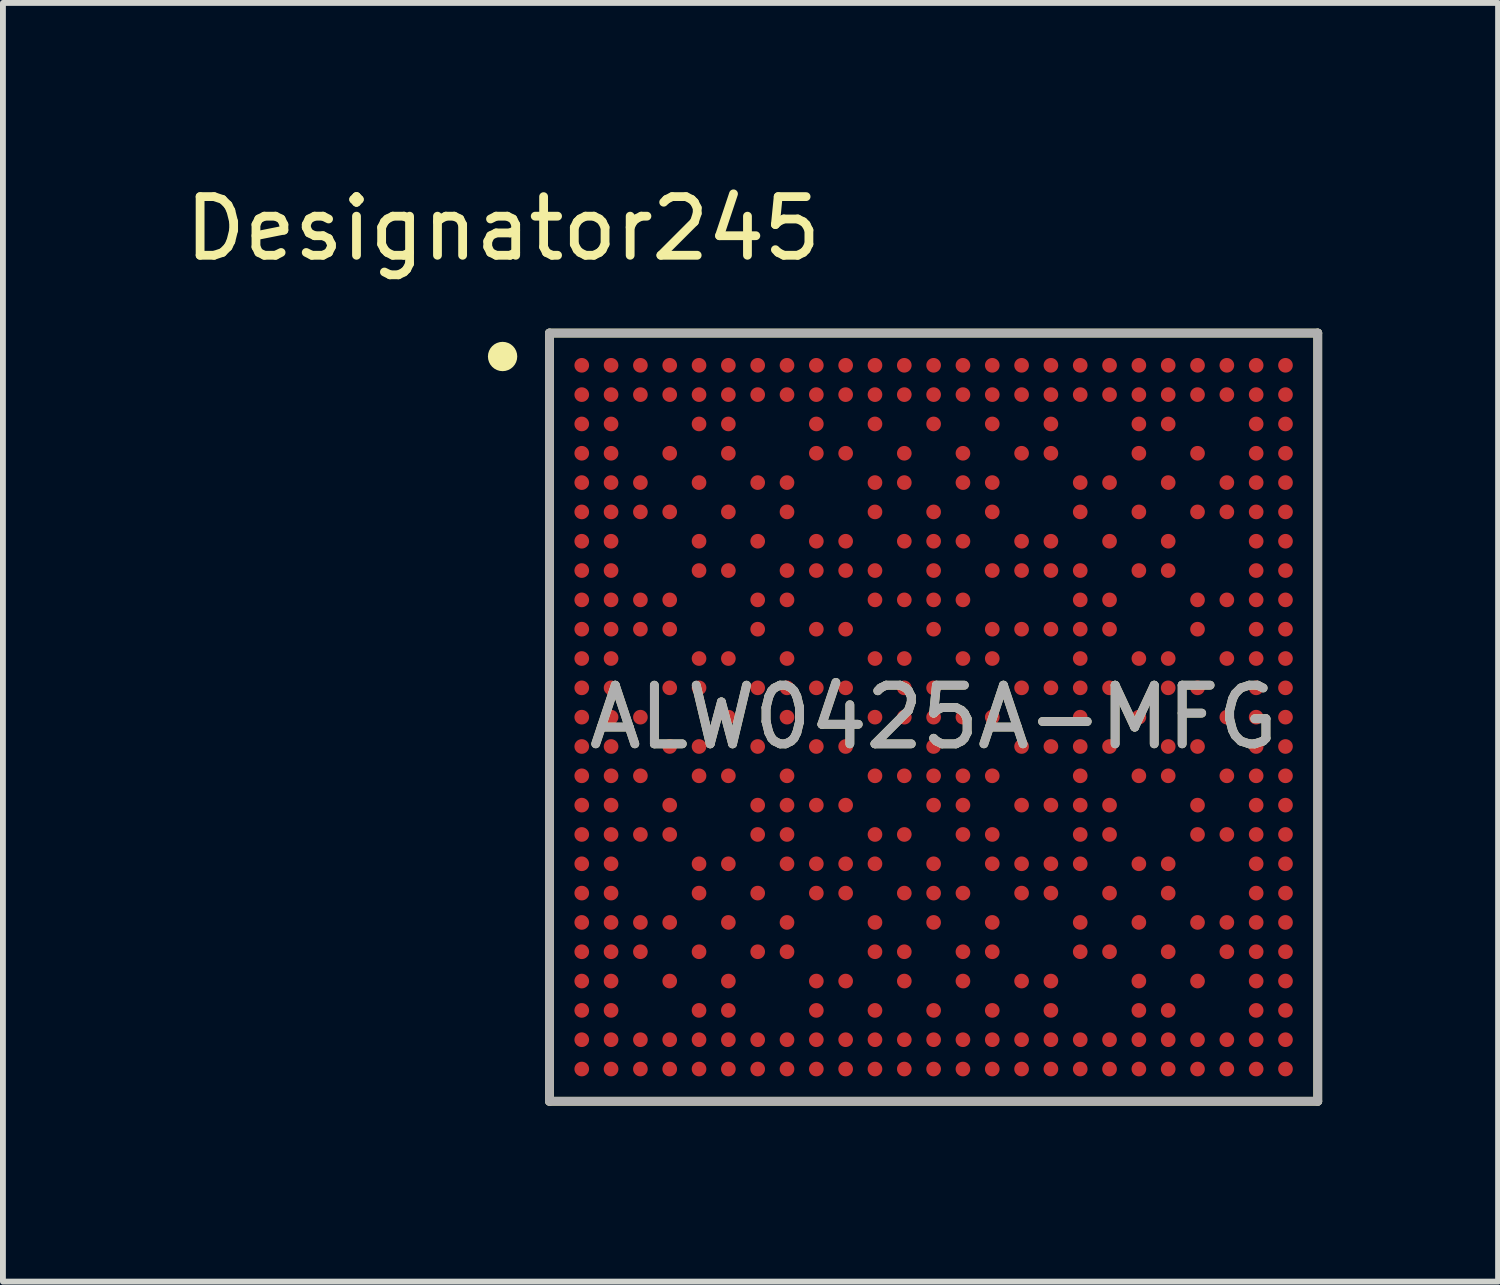
<source format=kicad_pcb>
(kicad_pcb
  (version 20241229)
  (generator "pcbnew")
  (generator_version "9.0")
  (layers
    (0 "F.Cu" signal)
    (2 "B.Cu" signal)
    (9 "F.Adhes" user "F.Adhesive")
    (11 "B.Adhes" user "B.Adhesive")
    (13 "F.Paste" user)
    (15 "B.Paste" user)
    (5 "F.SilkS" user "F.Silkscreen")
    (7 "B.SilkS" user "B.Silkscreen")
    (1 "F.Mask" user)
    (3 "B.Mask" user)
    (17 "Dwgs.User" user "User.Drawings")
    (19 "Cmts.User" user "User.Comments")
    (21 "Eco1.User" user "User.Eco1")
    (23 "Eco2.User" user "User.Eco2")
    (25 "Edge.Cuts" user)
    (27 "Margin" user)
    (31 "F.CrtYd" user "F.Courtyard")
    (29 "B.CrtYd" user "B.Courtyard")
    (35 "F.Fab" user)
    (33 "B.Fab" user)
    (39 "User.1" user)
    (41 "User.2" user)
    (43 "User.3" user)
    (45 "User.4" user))
  (footprint "ALW0425A-MFG"
    (layer "F.Cu")
    (at 12.87 9.179)
    (property "Reference" "ALW0425A-MFG" (at 0 0 0) (unlocked yes) (layer "F.SilkS") (effects (font (size 1 1) (thickness 0.15))))
    (attr smd)
    (fp_line (start -6.55 -6.55) (end 6.55 -6.55) (stroke (width 0.15) (type solid)) (layer "F.SilkS"))
    (fp_line (start -6.55 6.55) (end -6.55 -6.55) (stroke (width 0.15) (type solid)) (layer "F.SilkS"))
    (fp_line (start -6.55 6.55) (end 6.55 6.55) (stroke (width 0.15) (type solid)) (layer "F.SilkS"))
    (fp_line (start 6.55 6.55) (end 6.55 -6.55) (stroke (width 0.15) (type solid)) (layer "F.SilkS"))
    (fp_circle (center -7.35 -6.15) (end -7.225 -6.15) (stroke (width 0.25) (type solid)) (fill no) (layer "F.SilkS"))
    (fp_line (start -6.55 -6.55) (end 6.55 -6.55) (stroke (width 0.15) (type solid)) (layer "F.Fab"))
    (fp_line (start -6.55 6.55) (end -6.55 -6.55) (stroke (width 0.15) (type solid)) (layer "F.Fab"))
    (fp_line (start -6.55 6.55) (end 6.55 6.55) (stroke (width 0.15) (type solid)) (layer "F.Fab"))
    (fp_line (start 6.55 6.55) (end 6.55 -6.55) (stroke (width 0.15) (type solid)) (layer "F.Fab"))
    (fp_text user "Designator245" (at -7.341 -8.331 0) (unlocked yes) (layer "F.SilkS") (effects (font (size 1 1) (thickness 0.15))))
    (fp_text user "${REFERENCE}" (at 0 0 0) (unlocked yes) (layer "F.Fab") (effects (font (size 1 1) (thickness 0.15))))
    (pad "A1" smd circle (at -6 -6) (size 0.25 0.25) (layers "F.Cu" "F.Mask" "F.Paste"))
    (pad "A2" smd circle (at -5.5 -6) (size 0.25 0.25) (layers "F.Cu" "F.Mask" "F.Paste"))
    (pad "A3" smd circle (at -5 -6) (size 0.25 0.25) (layers "F.Cu" "F.Mask" "F.Paste"))
    (pad "A4" smd circle (at -4.5 -6) (size 0.25 0.25) (layers "F.Cu" "F.Mask" "F.Paste"))
    (pad "A5" smd circle (at -4 -6) (size 0.25 0.25) (layers "F.Cu" "F.Mask" "F.Paste"))
    (pad "A6" smd circle (at -3.5 -6) (size 0.25 0.25) (layers "F.Cu" "F.Mask" "F.Paste"))
    (pad "A7" smd circle (at -3 -6) (size 0.25 0.25) (layers "F.Cu" "F.Mask" "F.Paste"))
    (pad "A8" smd circle (at -2.5 -6) (size 0.25 0.25) (layers "F.Cu" "F.Mask" "F.Paste"))
    (pad "A9" smd circle (at -2 -6) (size 0.25 0.25) (layers "F.Cu" "F.Mask" "F.Paste"))
    (pad "A10" smd circle (at -1.5 -6) (size 0.25 0.25) (layers "F.Cu" "F.Mask" "F.Paste"))
    (pad "A11" smd circle (at -1 -6) (size 0.25 0.25) (layers "F.Cu" "F.Mask" "F.Paste"))
    (pad "A12" smd circle (at -0.5 -6) (size 0.25 0.25) (layers "F.Cu" "F.Mask" "F.Paste"))
    (pad "A13" smd circle (at 0 -6) (size 0.25 0.25) (layers "F.Cu" "F.Mask" "F.Paste"))
    (pad "A14" smd circle (at 0.5 -6) (size 0.25 0.25) (layers "F.Cu" "F.Mask" "F.Paste"))
    (pad "A15" smd circle (at 1 -6) (size 0.25 0.25) (layers "F.Cu" "F.Mask" "F.Paste"))
    (pad "A16" smd circle (at 1.5 -6) (size 0.25 0.25) (layers "F.Cu" "F.Mask" "F.Paste"))
    (pad "A17" smd circle (at 2 -6) (size 0.25 0.25) (layers "F.Cu" "F.Mask" "F.Paste"))
    (pad "A18" smd circle (at 2.5 -6) (size 0.25 0.25) (layers "F.Cu" "F.Mask" "F.Paste"))
    (pad "A19" smd circle (at 3 -6) (size 0.25 0.25) (layers "F.Cu" "F.Mask" "F.Paste"))
    (pad "A20" smd circle (at 3.5 -6) (size 0.25 0.25) (layers "F.Cu" "F.Mask" "F.Paste"))
    (pad "A21" smd circle (at 4 -6) (size 0.25 0.25) (layers "F.Cu" "F.Mask" "F.Paste"))
    (pad "A22" smd circle (at 4.5 -6) (size 0.25 0.25) (layers "F.Cu" "F.Mask" "F.Paste"))
    (pad "A23" smd circle (at 5 -6) (size 0.25 0.25) (layers "F.Cu" "F.Mask" "F.Paste"))
    (pad "A24" smd circle (at 5.5 -6) (size 0.25 0.25) (layers "F.Cu" "F.Mask" "F.Paste"))
    (pad "A25" smd circle (at 6 -6) (size 0.25 0.25) (layers "F.Cu" "F.Mask" "F.Paste"))
    (pad "AA1" smd circle (at -6 4) (size 0.25 0.25) (layers "F.Cu" "F.Mask" "F.Paste"))
    (pad "AA2" smd circle (at -5.5 4) (size 0.25 0.25) (layers "F.Cu" "F.Mask" "F.Paste"))
    (pad "AA3" smd circle (at -5 4) (size 0.25 0.25) (layers "F.Cu" "F.Mask" "F.Paste"))
    (pad "AA5" smd circle (at -4 4) (size 0.25 0.25) (layers "F.Cu" "F.Mask" "F.Paste"))
    (pad "AA7" smd circle (at -3 4) (size 0.25 0.25) (layers "F.Cu" "F.Mask" "F.Paste"))
    (pad "AA8" smd circle (at -2.5 4) (size 0.25 0.25) (layers "F.Cu" "F.Mask" "F.Paste"))
    (pad "AA11" smd circle (at -1 4) (size 0.25 0.25) (layers "F.Cu" "F.Mask" "F.Paste"))
    (pad "AA12" smd circle (at -0.5 4) (size 0.25 0.25) (layers "F.Cu" "F.Mask" "F.Paste"))
    (pad "AA14" smd circle (at 0.5 4) (size 0.25 0.25) (layers "F.Cu" "F.Mask" "F.Paste"))
    (pad "AA15" smd circle (at 1 4) (size 0.25 0.25) (layers "F.Cu" "F.Mask" "F.Paste"))
    (pad "AA18" smd circle (at 2.5 4) (size 0.25 0.25) (layers "F.Cu" "F.Mask" "F.Paste"))
    (pad "AA19" smd circle (at 3 4) (size 0.25 0.25) (layers "F.Cu" "F.Mask" "F.Paste"))
    (pad "AA21" smd circle (at 4 4) (size 0.25 0.25) (layers "F.Cu" "F.Mask" "F.Paste"))
    (pad "AA23" smd circle (at 5 4) (size 0.25 0.25) (layers "F.Cu" "F.Mask" "F.Paste"))
    (pad "AA24" smd circle (at 5.5 4) (size 0.25 0.25) (layers "F.Cu" "F.Mask" "F.Paste"))
    (pad "AA25" smd circle (at 6 4) (size 0.25 0.25) (layers "F.Cu" "F.Mask" "F.Paste"))
    (pad "AB1" smd circle (at -6 4.5) (size 0.25 0.25) (layers "F.Cu" "F.Mask" "F.Paste"))
    (pad "AB2" smd circle (at -5.5 4.5) (size 0.25 0.25) (layers "F.Cu" "F.Mask" "F.Paste"))
    (pad "AB4" smd circle (at -4.5 4.5) (size 0.25 0.25) (layers "F.Cu" "F.Mask" "F.Paste"))
    (pad "AB6" smd circle (at -3.5 4.5) (size 0.25 0.25) (layers "F.Cu" "F.Mask" "F.Paste"))
    (pad "AB9" smd circle (at -2 4.5) (size 0.25 0.25) (layers "F.Cu" "F.Mask" "F.Paste"))
    (pad "AB10" smd circle (at -1.5 4.5) (size 0.25 0.25) (layers "F.Cu" "F.Mask" "F.Paste"))
    (pad "AB12" smd circle (at -0.5 4.5) (size 0.25 0.25) (layers "F.Cu" "F.Mask" "F.Paste"))
    (pad "AB14" smd circle (at 0.5 4.5) (size 0.25 0.25) (layers "F.Cu" "F.Mask" "F.Paste"))
    (pad "AB16" smd circle (at 1.5 4.5) (size 0.25 0.25) (layers "F.Cu" "F.Mask" "F.Paste"))
    (pad "AB17" smd circle (at 2 4.5) (size 0.25 0.25) (layers "F.Cu" "F.Mask" "F.Paste"))
    (pad "AB20" smd circle (at 3.5 4.5) (size 0.25 0.25) (layers "F.Cu" "F.Mask" "F.Paste"))
    (pad "AB22" smd circle (at 4.5 4.5) (size 0.25 0.25) (layers "F.Cu" "F.Mask" "F.Paste"))
    (pad "AB24" smd circle (at 5.5 4.5) (size 0.25 0.25) (layers "F.Cu" "F.Mask" "F.Paste"))
    (pad "AB25" smd circle (at 6 4.5) (size 0.25 0.25) (layers "F.Cu" "F.Mask" "F.Paste"))
    (pad "AC1" smd circle (at -6 5) (size 0.25 0.25) (layers "F.Cu" "F.Mask" "F.Paste"))
    (pad "AC2" smd circle (at -5.5 5) (size 0.25 0.25) (layers "F.Cu" "F.Mask" "F.Paste"))
    (pad "AC5" smd circle (at -4 5) (size 0.25 0.25) (layers "F.Cu" "F.Mask" "F.Paste"))
    (pad "AC6" smd circle (at -3.5 5) (size 0.25 0.25) (layers "F.Cu" "F.Mask" "F.Paste"))
    (pad "AC9" smd circle (at -2 5) (size 0.25 0.25) (layers "F.Cu" "F.Mask" "F.Paste"))
    (pad "AC11" smd circle (at -1 5) (size 0.25 0.25) (layers "F.Cu" "F.Mask" "F.Paste"))
    (pad "AC13" smd circle (at 0 5) (size 0.25 0.25) (layers "F.Cu" "F.Mask" "F.Paste"))
    (pad "AC15" smd circle (at 1 5) (size 0.25 0.25) (layers "F.Cu" "F.Mask" "F.Paste"))
    (pad "AC17" smd circle (at 2 5) (size 0.25 0.25) (layers "F.Cu" "F.Mask" "F.Paste"))
    (pad "AC20" smd circle (at 3.5 5) (size 0.25 0.25) (layers "F.Cu" "F.Mask" "F.Paste"))
    (pad "AC21" smd circle (at 4 5) (size 0.25 0.25) (layers "F.Cu" "F.Mask" "F.Paste"))
    (pad "AC24" smd circle (at 5.5 5) (size 0.25 0.25) (layers "F.Cu" "F.Mask" "F.Paste"))
    (pad "AC25" smd circle (at 6 5) (size 0.25 0.25) (layers "F.Cu" "F.Mask" "F.Paste"))
    (pad "AD1" smd circle (at -6 5.5) (size 0.25 0.25) (layers "F.Cu" "F.Mask" "F.Paste"))
    (pad "AD2" smd circle (at -5.5 5.5) (size 0.25 0.25) (layers "F.Cu" "F.Mask" "F.Paste"))
    (pad "AD3" smd circle (at -5 5.5) (size 0.25 0.25) (layers "F.Cu" "F.Mask" "F.Paste"))
    (pad "AD4" smd circle (at -4.5 5.5) (size 0.25 0.25) (layers "F.Cu" "F.Mask" "F.Paste"))
    (pad "AD5" smd circle (at -4 5.5) (size 0.25 0.25) (layers "F.Cu" "F.Mask" "F.Paste"))
    (pad "AD6" smd circle (at -3.5 5.5) (size 0.25 0.25) (layers "F.Cu" "F.Mask" "F.Paste"))
    (pad "AD7" smd circle (at -3 5.5) (size 0.25 0.25) (layers "F.Cu" "F.Mask" "F.Paste"))
    (pad "AD8" smd circle (at -2.5 5.5) (size 0.25 0.25) (layers "F.Cu" "F.Mask" "F.Paste"))
    (pad "AD9" smd circle (at -2 5.5) (size 0.25 0.25) (layers "F.Cu" "F.Mask" "F.Paste"))
    (pad "AD10" smd circle (at -1.5 5.5) (size 0.25 0.25) (layers "F.Cu" "F.Mask" "F.Paste"))
    (pad "AD11" smd circle (at -1 5.5) (size 0.25 0.25) (layers "F.Cu" "F.Mask" "F.Paste"))
    (pad "AD12" smd circle (at -0.5 5.5) (size 0.25 0.25) (layers "F.Cu" "F.Mask" "F.Paste"))
    (pad "AD13" smd circle (at 0 5.5) (size 0.25 0.25) (layers "F.Cu" "F.Mask" "F.Paste"))
    (pad "AD14" smd circle (at 0.5 5.5) (size 0.25 0.25) (layers "F.Cu" "F.Mask" "F.Paste"))
    (pad "AD15" smd circle (at 1 5.5) (size 0.25 0.25) (layers "F.Cu" "F.Mask" "F.Paste"))
    (pad "AD16" smd circle (at 1.5 5.5) (size 0.25 0.25) (layers "F.Cu" "F.Mask" "F.Paste"))
    (pad "AD17" smd circle (at 2 5.5) (size 0.25 0.25) (layers "F.Cu" "F.Mask" "F.Paste"))
    (pad "AD18" smd circle (at 2.5 5.5) (size 0.25 0.25) (layers "F.Cu" "F.Mask" "F.Paste"))
    (pad "AD19" smd circle (at 3 5.5) (size 0.25 0.25) (layers "F.Cu" "F.Mask" "F.Paste"))
    (pad "AD20" smd circle (at 3.5 5.5) (size 0.25 0.25) (layers "F.Cu" "F.Mask" "F.Paste"))
    (pad "AD21" smd circle (at 4 5.5) (size 0.25 0.25) (layers "F.Cu" "F.Mask" "F.Paste"))
    (pad "AD22" smd circle (at 4.5 5.5) (size 0.25 0.25) (layers "F.Cu" "F.Mask" "F.Paste"))
    (pad "AD23" smd circle (at 5 5.5) (size 0.25 0.25) (layers "F.Cu" "F.Mask" "F.Paste"))
    (pad "AD24" smd circle (at 5.5 5.5) (size 0.25 0.25) (layers "F.Cu" "F.Mask" "F.Paste"))
    (pad "AD25" smd circle (at 6 5.5) (size 0.25 0.25) (layers "F.Cu" "F.Mask" "F.Paste"))
    (pad "AE1" smd circle (at -6 6) (size 0.25 0.25) (layers "F.Cu" "F.Mask" "F.Paste"))
    (pad "AE2" smd circle (at -5.5 6) (size 0.25 0.25) (layers "F.Cu" "F.Mask" "F.Paste"))
    (pad "AE3" smd circle (at -5 6) (size 0.25 0.25) (layers "F.Cu" "F.Mask" "F.Paste"))
    (pad "AE4" smd circle (at -4.5 6) (size 0.25 0.25) (layers "F.Cu" "F.Mask" "F.Paste"))
    (pad "AE5" smd circle (at -4 6) (size 0.25 0.25) (layers "F.Cu" "F.Mask" "F.Paste"))
    (pad "AE6" smd circle (at -3.5 6) (size 0.25 0.25) (layers "F.Cu" "F.Mask" "F.Paste"))
    (pad "AE7" smd circle (at -3 6) (size 0.25 0.25) (layers "F.Cu" "F.Mask" "F.Paste"))
    (pad "AE8" smd circle (at -2.5 6) (size 0.25 0.25) (layers "F.Cu" "F.Mask" "F.Paste"))
    (pad "AE9" smd circle (at -2 6) (size 0.25 0.25) (layers "F.Cu" "F.Mask" "F.Paste"))
    (pad "AE10" smd circle (at -1.5 6) (size 0.25 0.25) (layers "F.Cu" "F.Mask" "F.Paste"))
    (pad "AE11" smd circle (at -1 6) (size 0.25 0.25) (layers "F.Cu" "F.Mask" "F.Paste"))
    (pad "AE12" smd circle (at -0.5 6) (size 0.25 0.25) (layers "F.Cu" "F.Mask" "F.Paste"))
    (pad "AE13" smd circle (at 0 6) (size 0.25 0.25) (layers "F.Cu" "F.Mask" "F.Paste"))
    (pad "AE14" smd circle (at 0.5 6) (size 0.25 0.25) (layers "F.Cu" "F.Mask" "F.Paste"))
    (pad "AE15" smd circle (at 1 6) (size 0.25 0.25) (layers "F.Cu" "F.Mask" "F.Paste"))
    (pad "AE16" smd circle (at 1.5 6) (size 0.25 0.25) (layers "F.Cu" "F.Mask" "F.Paste"))
    (pad "AE17" smd circle (at 2 6) (size 0.25 0.25) (layers "F.Cu" "F.Mask" "F.Paste"))
    (pad "AE18" smd circle (at 2.5 6) (size 0.25 0.25) (layers "F.Cu" "F.Mask" "F.Paste"))
    (pad "AE19" smd circle (at 3 6) (size 0.25 0.25) (layers "F.Cu" "F.Mask" "F.Paste"))
    (pad "AE20" smd circle (at 3.5 6) (size 0.25 0.25) (layers "F.Cu" "F.Mask" "F.Paste"))
    (pad "AE21" smd circle (at 4 6) (size 0.25 0.25) (layers "F.Cu" "F.Mask" "F.Paste"))
    (pad "AE22" smd circle (at 4.5 6) (size 0.25 0.25) (layers "F.Cu" "F.Mask" "F.Paste"))
    (pad "AE23" smd circle (at 5 6) (size 0.25 0.25) (layers "F.Cu" "F.Mask" "F.Paste"))
    (pad "AE24" smd circle (at 5.5 6) (size 0.25 0.25) (layers "F.Cu" "F.Mask" "F.Paste"))
    (pad "AE25" smd circle (at 6 6) (size 0.25 0.25) (layers "F.Cu" "F.Mask" "F.Paste"))
    (pad "B1" smd circle (at -6 -5.5) (size 0.25 0.25) (layers "F.Cu" "F.Mask" "F.Paste"))
    (pad "B2" smd circle (at -5.5 -5.5) (size 0.25 0.25) (layers "F.Cu" "F.Mask" "F.Paste"))
    (pad "B3" smd circle (at -5 -5.5) (size 0.25 0.25) (layers "F.Cu" "F.Mask" "F.Paste"))
    (pad "B4" smd circle (at -4.5 -5.5) (size 0.25 0.25) (layers "F.Cu" "F.Mask" "F.Paste"))
    (pad "B5" smd circle (at -4 -5.5) (size 0.25 0.25) (layers "F.Cu" "F.Mask" "F.Paste"))
    (pad "B6" smd circle (at -3.5 -5.5) (size 0.25 0.25) (layers "F.Cu" "F.Mask" "F.Paste"))
    (pad "B7" smd circle (at -3 -5.5) (size 0.25 0.25) (layers "F.Cu" "F.Mask" "F.Paste"))
    (pad "B8" smd circle (at -2.5 -5.5) (size 0.25 0.25) (layers "F.Cu" "F.Mask" "F.Paste"))
    (pad "B9" smd circle (at -2 -5.5) (size 0.25 0.25) (layers "F.Cu" "F.Mask" "F.Paste"))
    (pad "B10" smd circle (at -1.5 -5.5) (size 0.25 0.25) (layers "F.Cu" "F.Mask" "F.Paste"))
    (pad "B11" smd circle (at -1 -5.5) (size 0.25 0.25) (layers "F.Cu" "F.Mask" "F.Paste"))
    (pad "B12" smd circle (at -0.5 -5.5) (size 0.25 0.25) (layers "F.Cu" "F.Mask" "F.Paste"))
    (pad "B13" smd circle (at 0 -5.5) (size 0.25 0.25) (layers "F.Cu" "F.Mask" "F.Paste"))
    (pad "B14" smd circle (at 0.5 -5.5) (size 0.25 0.25) (layers "F.Cu" "F.Mask" "F.Paste"))
    (pad "B15" smd circle (at 1 -5.5) (size 0.25 0.25) (layers "F.Cu" "F.Mask" "F.Paste"))
    (pad "B16" smd circle (at 1.5 -5.5) (size 0.25 0.25) (layers "F.Cu" "F.Mask" "F.Paste"))
    (pad "B17" smd circle (at 2 -5.5) (size 0.25 0.25) (layers "F.Cu" "F.Mask" "F.Paste"))
    (pad "B18" smd circle (at 2.5 -5.5) (size 0.25 0.25) (layers "F.Cu" "F.Mask" "F.Paste"))
    (pad "B19" smd circle (at 3 -5.5) (size 0.25 0.25) (layers "F.Cu" "F.Mask" "F.Paste"))
    (pad "B20" smd circle (at 3.5 -5.5) (size 0.25 0.25) (layers "F.Cu" "F.Mask" "F.Paste"))
    (pad "B21" smd circle (at 4 -5.5) (size 0.25 0.25) (layers "F.Cu" "F.Mask" "F.Paste"))
    (pad "B22" smd circle (at 4.5 -5.5) (size 0.25 0.25) (layers "F.Cu" "F.Mask" "F.Paste"))
    (pad "B23" smd circle (at 5 -5.5) (size 0.25 0.25) (layers "F.Cu" "F.Mask" "F.Paste"))
    (pad "B24" smd circle (at 5.5 -5.5) (size 0.25 0.25) (layers "F.Cu" "F.Mask" "F.Paste"))
    (pad "B25" smd circle (at 6 -5.5) (size 0.25 0.25) (layers "F.Cu" "F.Mask" "F.Paste"))
    (pad "C1" smd circle (at -6 -5) (size 0.25 0.25) (layers "F.Cu" "F.Mask" "F.Paste"))
    (pad "C2" smd circle (at -5.5 -5) (size 0.25 0.25) (layers "F.Cu" "F.Mask" "F.Paste"))
    (pad "C5" smd circle (at -4 -5) (size 0.25 0.25) (layers "F.Cu" "F.Mask" "F.Paste"))
    (pad "C6" smd circle (at -3.5 -5) (size 0.25 0.25) (layers "F.Cu" "F.Mask" "F.Paste"))
    (pad "C9" smd circle (at -2 -5) (size 0.25 0.25) (layers "F.Cu" "F.Mask" "F.Paste"))
    (pad "C11" smd circle (at -1 -5) (size 0.25 0.25) (layers "F.Cu" "F.Mask" "F.Paste"))
    (pad "C13" smd circle (at 0 -5) (size 0.25 0.25) (layers "F.Cu" "F.Mask" "F.Paste"))
    (pad "C15" smd circle (at 1 -5) (size 0.25 0.25) (layers "F.Cu" "F.Mask" "F.Paste"))
    (pad "C17" smd circle (at 2 -5) (size 0.25 0.25) (layers "F.Cu" "F.Mask" "F.Paste"))
    (pad "C20" smd circle (at 3.5 -5) (size 0.25 0.25) (layers "F.Cu" "F.Mask" "F.Paste"))
    (pad "C21" smd circle (at 4 -5) (size 0.25 0.25) (layers "F.Cu" "F.Mask" "F.Paste"))
    (pad "C24" smd circle (at 5.5 -5) (size 0.25 0.25) (layers "F.Cu" "F.Mask" "F.Paste"))
    (pad "C25" smd circle (at 6 -5) (size 0.25 0.25) (layers "F.Cu" "F.Mask" "F.Paste"))
    (pad "D1" smd circle (at -6 -4.5) (size 0.25 0.25) (layers "F.Cu" "F.Mask" "F.Paste"))
    (pad "D2" smd circle (at -5.5 -4.5) (size 0.25 0.25) (layers "F.Cu" "F.Mask" "F.Paste"))
    (pad "D4" smd circle (at -4.5 -4.5) (size 0.25 0.25) (layers "F.Cu" "F.Mask" "F.Paste"))
    (pad "D6" smd circle (at -3.5 -4.5) (size 0.25 0.25) (layers "F.Cu" "F.Mask" "F.Paste"))
    (pad "D9" smd circle (at -2 -4.5) (size 0.25 0.25) (layers "F.Cu" "F.Mask" "F.Paste"))
    (pad "D10" smd circle (at -1.5 -4.5) (size 0.25 0.25) (layers "F.Cu" "F.Mask" "F.Paste"))
    (pad "D12" smd circle (at -0.5 -4.5) (size 0.25 0.25) (layers "F.Cu" "F.Mask" "F.Paste"))
    (pad "D14" smd circle (at 0.5 -4.5) (size 0.25 0.25) (layers "F.Cu" "F.Mask" "F.Paste"))
    (pad "D16" smd circle (at 1.5 -4.5) (size 0.25 0.25) (layers "F.Cu" "F.Mask" "F.Paste"))
    (pad "D17" smd circle (at 2 -4.5) (size 0.25 0.25) (layers "F.Cu" "F.Mask" "F.Paste"))
    (pad "D20" smd circle (at 3.5 -4.5) (size 0.25 0.25) (layers "F.Cu" "F.Mask" "F.Paste"))
    (pad "D22" smd circle (at 4.5 -4.5) (size 0.25 0.25) (layers "F.Cu" "F.Mask" "F.Paste"))
    (pad "D24" smd circle (at 5.5 -4.5) (size 0.25 0.25) (layers "F.Cu" "F.Mask" "F.Paste"))
    (pad "D25" smd circle (at 6 -4.5) (size 0.25 0.25) (layers "F.Cu" "F.Mask" "F.Paste"))
    (pad "E1" smd circle (at -6 -4) (size 0.25 0.25) (layers "F.Cu" "F.Mask" "F.Paste"))
    (pad "E2" smd circle (at -5.5 -4) (size 0.25 0.25) (layers "F.Cu" "F.Mask" "F.Paste"))
    (pad "E3" smd circle (at -5 -4) (size 0.25 0.25) (layers "F.Cu" "F.Mask" "F.Paste"))
    (pad "E5" smd circle (at -4 -4) (size 0.25 0.25) (layers "F.Cu" "F.Mask" "F.Paste"))
    (pad "E7" smd circle (at -3 -4) (size 0.25 0.25) (layers "F.Cu" "F.Mask" "F.Paste"))
    (pad "E8" smd circle (at -2.5 -4) (size 0.25 0.25) (layers "F.Cu" "F.Mask" "F.Paste"))
    (pad "E11" smd circle (at -1 -4) (size 0.25 0.25) (layers "F.Cu" "F.Mask" "F.Paste"))
    (pad "E12" smd circle (at -0.5 -4) (size 0.25 0.25) (layers "F.Cu" "F.Mask" "F.Paste"))
    (pad "E14" smd circle (at 0.5 -4) (size 0.25 0.25) (layers "F.Cu" "F.Mask" "F.Paste"))
    (pad "E15" smd circle (at 1 -4) (size 0.25 0.25) (layers "F.Cu" "F.Mask" "F.Paste"))
    (pad "E18" smd circle (at 2.5 -4) (size 0.25 0.25) (layers "F.Cu" "F.Mask" "F.Paste"))
    (pad "E19" smd circle (at 3 -4) (size 0.25 0.25) (layers "F.Cu" "F.Mask" "F.Paste"))
    (pad "E21" smd circle (at 4 -4) (size 0.25 0.25) (layers "F.Cu" "F.Mask" "F.Paste"))
    (pad "E23" smd circle (at 5 -4) (size 0.25 0.25) (layers "F.Cu" "F.Mask" "F.Paste"))
    (pad "E24" smd circle (at 5.5 -4) (size 0.25 0.25) (layers "F.Cu" "F.Mask" "F.Paste"))
    (pad "E25" smd circle (at 6 -4) (size 0.25 0.25) (layers "F.Cu" "F.Mask" "F.Paste"))
    (pad "F1" smd circle (at -6 -3.5) (size 0.25 0.25) (layers "F.Cu" "F.Mask" "F.Paste"))
    (pad "F2" smd circle (at -5.5 -3.5) (size 0.25 0.25) (layers "F.Cu" "F.Mask" "F.Paste"))
    (pad "F3" smd circle (at -5 -3.5) (size 0.25 0.25) (layers "F.Cu" "F.Mask" "F.Paste"))
    (pad "F4" smd circle (at -4.5 -3.5) (size 0.25 0.25) (layers "F.Cu" "F.Mask" "F.Paste"))
    (pad "F6" smd circle (at -3.5 -3.5) (size 0.25 0.25) (layers "F.Cu" "F.Mask" "F.Paste"))
    (pad "F8" smd circle (at -2.5 -3.5) (size 0.25 0.25) (layers "F.Cu" "F.Mask" "F.Paste"))
    (pad "F11" smd circle (at -1 -3.5) (size 0.25 0.25) (layers "F.Cu" "F.Mask" "F.Paste"))
    (pad "F13" smd circle (at 0 -3.5) (size 0.25 0.25) (layers "F.Cu" "F.Mask" "F.Paste"))
    (pad "F15" smd circle (at 1 -3.5) (size 0.25 0.25) (layers "F.Cu" "F.Mask" "F.Paste"))
    (pad "F18" smd circle (at 2.5 -3.5) (size 0.25 0.25) (layers "F.Cu" "F.Mask" "F.Paste"))
    (pad "F20" smd circle (at 3.5 -3.5) (size 0.25 0.25) (layers "F.Cu" "F.Mask" "F.Paste"))
    (pad "F22" smd circle (at 4.5 -3.5) (size 0.25 0.25) (layers "F.Cu" "F.Mask" "F.Paste"))
    (pad "F23" smd circle (at 5 -3.5) (size 0.25 0.25) (layers "F.Cu" "F.Mask" "F.Paste"))
    (pad "F24" smd circle (at 5.5 -3.5) (size 0.25 0.25) (layers "F.Cu" "F.Mask" "F.Paste"))
    (pad "F25" smd circle (at 6 -3.5) (size 0.25 0.25) (layers "F.Cu" "F.Mask" "F.Paste"))
    (pad "G1" smd circle (at -6 -3) (size 0.25 0.25) (layers "F.Cu" "F.Mask" "F.Paste"))
    (pad "G2" smd circle (at -5.5 -3) (size 0.25 0.25) (layers "F.Cu" "F.Mask" "F.Paste"))
    (pad "G5" smd circle (at -4 -3) (size 0.25 0.25) (layers "F.Cu" "F.Mask" "F.Paste"))
    (pad "G7" smd circle (at -3 -3) (size 0.25 0.25) (layers "F.Cu" "F.Mask" "F.Paste"))
    (pad "G9" smd circle (at -2 -3) (size 0.25 0.25) (layers "F.Cu" "F.Mask" "F.Paste"))
    (pad "G10" smd circle (at -1.5 -3) (size 0.25 0.25) (layers "F.Cu" "F.Mask" "F.Paste"))
    (pad "G12" smd circle (at -0.5 -3) (size 0.25 0.25) (layers "F.Cu" "F.Mask" "F.Paste"))
    (pad "G13" smd circle (at 0 -3) (size 0.25 0.25) (layers "F.Cu" "F.Mask" "F.Paste"))
    (pad "G14" smd circle (at 0.5 -3) (size 0.25 0.25) (layers "F.Cu" "F.Mask" "F.Paste"))
    (pad "G16" smd circle (at 1.5 -3) (size 0.25 0.25) (layers "F.Cu" "F.Mask" "F.Paste"))
    (pad "G17" smd circle (at 2 -3) (size 0.25 0.25) (layers "F.Cu" "F.Mask" "F.Paste"))
    (pad "G19" smd circle (at 3 -3) (size 0.25 0.25) (layers "F.Cu" "F.Mask" "F.Paste"))
    (pad "G21" smd circle (at 4 -3) (size 0.25 0.25) (layers "F.Cu" "F.Mask" "F.Paste"))
    (pad "G24" smd circle (at 5.5 -3) (size 0.25 0.25) (layers "F.Cu" "F.Mask" "F.Paste"))
    (pad "G25" smd circle (at 6 -3) (size 0.25 0.25) (layers "F.Cu" "F.Mask" "F.Paste"))
    (pad "H1" smd circle (at -6 -2.5) (size 0.25 0.25) (layers "F.Cu" "F.Mask" "F.Paste"))
    (pad "H2" smd circle (at -5.5 -2.5) (size 0.25 0.25) (layers "F.Cu" "F.Mask" "F.Paste"))
    (pad "H5" smd circle (at -4 -2.5) (size 0.25 0.25) (layers "F.Cu" "F.Mask" "F.Paste"))
    (pad "H6" smd circle (at -3.5 -2.5) (size 0.25 0.25) (layers "F.Cu" "F.Mask" "F.Paste"))
    (pad "H8" smd circle (at -2.5 -2.5) (size 0.25 0.25) (layers "F.Cu" "F.Mask" "F.Paste"))
    (pad "H9" smd circle (at -2 -2.5) (size 0.25 0.25) (layers "F.Cu" "F.Mask" "F.Paste"))
    (pad "H10" smd circle (at -1.5 -2.5) (size 0.25 0.25) (layers "F.Cu" "F.Mask" "F.Paste"))
    (pad "H11" smd circle (at -1 -2.5) (size 0.25 0.25) (layers "F.Cu" "F.Mask" "F.Paste"))
    (pad "H13" smd circle (at 0 -2.5) (size 0.25 0.25) (layers "F.Cu" "F.Mask" "F.Paste"))
    (pad "H15" smd circle (at 1 -2.5) (size 0.25 0.25) (layers "F.Cu" "F.Mask" "F.Paste"))
    (pad "H16" smd circle (at 1.5 -2.5) (size 0.25 0.25) (layers "F.Cu" "F.Mask" "F.Paste"))
    (pad "H17" smd circle (at 2 -2.5) (size 0.25 0.25) (layers "F.Cu" "F.Mask" "F.Paste"))
    (pad "H18" smd circle (at 2.5 -2.5) (size 0.25 0.25) (layers "F.Cu" "F.Mask" "F.Paste"))
    (pad "H20" smd circle (at 3.5 -2.5) (size 0.25 0.25) (layers "F.Cu" "F.Mask" "F.Paste"))
    (pad "H21" smd circle (at 4 -2.5) (size 0.25 0.25) (layers "F.Cu" "F.Mask" "F.Paste"))
    (pad "H24" smd circle (at 5.5 -2.5) (size 0.25 0.25) (layers "F.Cu" "F.Mask" "F.Paste"))
    (pad "H25" smd circle (at 6 -2.5) (size 0.25 0.25) (layers "F.Cu" "F.Mask" "F.Paste"))
    (pad "J1" smd circle (at -6 -2) (size 0.25 0.25) (layers "F.Cu" "F.Mask" "F.Paste"))
    (pad "J2" smd circle (at -5.5 -2) (size 0.25 0.25) (layers "F.Cu" "F.Mask" "F.Paste"))
    (pad "J3" smd circle (at -5 -2) (size 0.25 0.25) (layers "F.Cu" "F.Mask" "F.Paste"))
    (pad "J4" smd circle (at -4.5 -2) (size 0.25 0.25) (layers "F.Cu" "F.Mask" "F.Paste"))
    (pad "J7" smd circle (at -3 -2) (size 0.25 0.25) (layers "F.Cu" "F.Mask" "F.Paste"))
    (pad "J8" smd circle (at -2.5 -2) (size 0.25 0.25) (layers "F.Cu" "F.Mask" "F.Paste"))
    (pad "J11" smd circle (at -1 -2) (size 0.25 0.25) (layers "F.Cu" "F.Mask" "F.Paste"))
    (pad "J12" smd circle (at -0.5 -2) (size 0.25 0.25) (layers "F.Cu" "F.Mask" "F.Paste"))
    (pad "J13" smd circle (at 0 -2) (size 0.25 0.25) (layers "F.Cu" "F.Mask" "F.Paste"))
    (pad "J14" smd circle (at 0.5 -2) (size 0.25 0.25) (layers "F.Cu" "F.Mask" "F.Paste"))
    (pad "J18" smd circle (at 2.5 -2) (size 0.25 0.25) (layers "F.Cu" "F.Mask" "F.Paste"))
    (pad "J19" smd circle (at 3 -2) (size 0.25 0.25) (layers "F.Cu" "F.Mask" "F.Paste"))
    (pad "J22" smd circle (at 4.5 -2) (size 0.25 0.25) (layers "F.Cu" "F.Mask" "F.Paste"))
    (pad "J23" smd circle (at 5 -2) (size 0.25 0.25) (layers "F.Cu" "F.Mask" "F.Paste"))
    (pad "J24" smd circle (at 5.5 -2) (size 0.25 0.25) (layers "F.Cu" "F.Mask" "F.Paste"))
    (pad "J25" smd circle (at 6 -2) (size 0.25 0.25) (layers "F.Cu" "F.Mask" "F.Paste"))
    (pad "K1" smd circle (at -6 -1.5) (size 0.25 0.25) (layers "F.Cu" "F.Mask" "F.Paste"))
    (pad "K2" smd circle (at -5.5 -1.5) (size 0.25 0.25) (layers "F.Cu" "F.Mask" "F.Paste"))
    (pad "K3" smd circle (at -5 -1.5) (size 0.25 0.25) (layers "F.Cu" "F.Mask" "F.Paste"))
    (pad "K4" smd circle (at -4.5 -1.5) (size 0.25 0.25) (layers "F.Cu" "F.Mask" "F.Paste"))
    (pad "K7" smd circle (at -3 -1.5) (size 0.25 0.25) (layers "F.Cu" "F.Mask" "F.Paste"))
    (pad "K9" smd circle (at -2 -1.5) (size 0.25 0.25) (layers "F.Cu" "F.Mask" "F.Paste"))
    (pad "K10" smd circle (at -1.5 -1.5) (size 0.25 0.25) (layers "F.Cu" "F.Mask" "F.Paste"))
    (pad "K13" smd circle (at 0 -1.5) (size 0.25 0.25) (layers "F.Cu" "F.Mask" "F.Paste"))
    (pad "K15" smd circle (at 1 -1.5) (size 0.25 0.25) (layers "F.Cu" "F.Mask" "F.Paste"))
    (pad "K16" smd circle (at 1.5 -1.5) (size 0.25 0.25) (layers "F.Cu" "F.Mask" "F.Paste"))
    (pad "K17" smd circle (at 2 -1.5) (size 0.25 0.25) (layers "F.Cu" "F.Mask" "F.Paste"))
    (pad "K18" smd circle (at 2.5 -1.5) (size 0.25 0.25) (layers "F.Cu" "F.Mask" "F.Paste"))
    (pad "K19" smd circle (at 3 -1.5) (size 0.25 0.25) (layers "F.Cu" "F.Mask" "F.Paste"))
    (pad "K22" smd circle (at 4.5 -1.5) (size 0.25 0.25) (layers "F.Cu" "F.Mask" "F.Paste"))
    (pad "K24" smd circle (at 5.5 -1.5) (size 0.25 0.25) (layers "F.Cu" "F.Mask" "F.Paste"))
    (pad "K25" smd circle (at 6 -1.5) (size 0.25 0.25) (layers "F.Cu" "F.Mask" "F.Paste"))
    (pad "L1" smd circle (at -6 -1) (size 0.25 0.25) (layers "F.Cu" "F.Mask" "F.Paste"))
    (pad "L2" smd circle (at -5.5 -1) (size 0.25 0.25) (layers "F.Cu" "F.Mask" "F.Paste"))
    (pad "L5" smd circle (at -4 -1) (size 0.25 0.25) (layers "F.Cu" "F.Mask" "F.Paste"))
    (pad "L6" smd circle (at -3.5 -1) (size 0.25 0.25) (layers "F.Cu" "F.Mask" "F.Paste"))
    (pad "L8" smd circle (at -2.5 -1) (size 0.25 0.25) (layers "F.Cu" "F.Mask" "F.Paste"))
    (pad "L11" smd circle (at -1 -1) (size 0.25 0.25) (layers "F.Cu" "F.Mask" "F.Paste"))
    (pad "L12" smd circle (at -0.5 -1) (size 0.25 0.25) (layers "F.Cu" "F.Mask" "F.Paste"))
    (pad "L14" smd circle (at 0.5 -1) (size 0.25 0.25) (layers "F.Cu" "F.Mask" "F.Paste"))
    (pad "L15" smd circle (at 1 -1) (size 0.25 0.25) (layers "F.Cu" "F.Mask" "F.Paste"))
    (pad "L18" smd circle (at 2.5 -1) (size 0.25 0.25) (layers "F.Cu" "F.Mask" "F.Paste"))
    (pad "L20" smd circle (at 3.5 -1) (size 0.25 0.25) (layers "F.Cu" "F.Mask" "F.Paste"))
    (pad "L21" smd circle (at 4 -1) (size 0.25 0.25) (layers "F.Cu" "F.Mask" "F.Paste"))
    (pad "L23" smd circle (at 5 -1) (size 0.25 0.25) (layers "F.Cu" "F.Mask" "F.Paste"))
    (pad "L24" smd circle (at 5.5 -1) (size 0.25 0.25) (layers "F.Cu" "F.Mask" "F.Paste"))
    (pad "L25" smd circle (at 6 -1) (size 0.25 0.25) (layers "F.Cu" "F.Mask" "F.Paste"))
    (pad "M1" smd circle (at -6 -0.5) (size 0.25 0.25) (layers "F.Cu" "F.Mask" "F.Paste"))
    (pad "M2" smd circle (at -5.5 -0.5) (size 0.25 0.25) (layers "F.Cu" "F.Mask" "F.Paste"))
    (pad "M4" smd circle (at -4.5 -0.5) (size 0.25 0.25) (layers "F.Cu" "F.Mask" "F.Paste"))
    (pad "M5" smd circle (at -4 -0.5) (size 0.25 0.25) (layers "F.Cu" "F.Mask" "F.Paste"))
    (pad "M7" smd circle (at -3 -0.5) (size 0.25 0.25) (layers "F.Cu" "F.Mask" "F.Paste"))
    (pad "M8" smd circle (at -2.5 -0.5) (size 0.25 0.25) (layers "F.Cu" "F.Mask" "F.Paste"))
    (pad "M9" smd circle (at -2 -0.5) (size 0.25 0.25) (layers "F.Cu" "F.Mask" "F.Paste"))
    (pad "M10" smd circle (at -1.5 -0.5) (size 0.25 0.25) (layers "F.Cu" "F.Mask" "F.Paste"))
    (pad "M12" smd circle (at -0.5 -0.5) (size 0.25 0.25) (layers "F.Cu" "F.Mask" "F.Paste"))
    (pad "M13" smd circle (at 0 -0.5) (size 0.25 0.25) (layers "F.Cu" "F.Mask" "F.Paste"))
    (pad "M16" smd circle (at 1.5 -0.5) (size 0.25 0.25) (layers "F.Cu" "F.Mask" "F.Paste"))
    (pad "M17" smd circle (at 2 -0.5) (size 0.25 0.25) (layers "F.Cu" "F.Mask" "F.Paste"))
    (pad "M18" smd circle (at 2.5 -0.5) (size 0.25 0.25) (layers "F.Cu" "F.Mask" "F.Paste"))
    (pad "M19" smd circle (at 3 -0.5) (size 0.25 0.25) (layers "F.Cu" "F.Mask" "F.Paste"))
    (pad "M21" smd circle (at 4 -0.5) (size 0.25 0.25) (layers "F.Cu" "F.Mask" "F.Paste"))
    (pad "M22" smd circle (at 4.5 -0.5) (size 0.25 0.25) (layers "F.Cu" "F.Mask" "F.Paste"))
    (pad "M24" smd circle (at 5.5 -0.5) (size 0.25 0.25) (layers "F.Cu" "F.Mask" "F.Paste"))
    (pad "M25" smd circle (at 6 -0.5) (size 0.25 0.25) (layers "F.Cu" "F.Mask" "F.Paste"))
    (pad "N1" smd circle (at -6 0) (size 0.25 0.25) (layers "F.Cu" "F.Mask" "F.Paste"))
    (pad "N2" smd circle (at -5.5 0) (size 0.25 0.25) (layers "F.Cu" "F.Mask" "F.Paste"))
    (pad "N3" smd circle (at -5 0) (size 0.25 0.25) (layers "F.Cu" "F.Mask" "F.Paste"))
    (pad "N6" smd circle (at -3.5 0) (size 0.25 0.25) (layers "F.Cu" "F.Mask" "F.Paste"))
    (pad "N8" smd circle (at -2.5 0) (size 0.25 0.25) (layers "F.Cu" "F.Mask" "F.Paste"))
    (pad "N11" smd circle (at -1 0) (size 0.25 0.25) (layers "F.Cu" "F.Mask" "F.Paste"))
    (pad "N12" smd circle (at -0.5 0) (size 0.25 0.25) (layers "F.Cu" "F.Mask" "F.Paste"))
    (pad "N13" smd circle (at 0 0) (size 0.25 0.25) (layers "F.Cu" "F.Mask" "F.Paste"))
    (pad "N14" smd circle (at 0.5 0) (size 0.25 0.25) (layers "F.Cu" "F.Mask" "F.Paste"))
    (pad "N15" smd circle (at 1 0) (size 0.25 0.25) (layers "F.Cu" "F.Mask" "F.Paste"))
    (pad "N18" smd circle (at 2.5 0) (size 0.25 0.25) (layers "F.Cu" "F.Mask" "F.Paste"))
    (pad "N20" smd circle (at 3.5 0) (size 0.25 0.25) (layers "F.Cu" "F.Mask" "F.Paste"))
    (pad "N23" smd circle (at 5 0) (size 0.25 0.25) (layers "F.Cu" "F.Mask" "F.Paste"))
    (pad "N24" smd circle (at 5.5 0) (size 0.25 0.25) (layers "F.Cu" "F.Mask" "F.Paste"))
    (pad "N25" smd circle (at 6 0) (size 0.25 0.25) (layers "F.Cu" "F.Mask" "F.Paste"))
    (pad "P1" smd circle (at -6 0.5) (size 0.25 0.25) (layers "F.Cu" "F.Mask" "F.Paste"))
    (pad "P2" smd circle (at -5.5 0.5) (size 0.25 0.25) (layers "F.Cu" "F.Mask" "F.Paste"))
    (pad "P4" smd circle (at -4.5 0.5) (size 0.25 0.25) (layers "F.Cu" "F.Mask" "F.Paste"))
    (pad "P5" smd circle (at -4 0.5) (size 0.25 0.25) (layers "F.Cu" "F.Mask" "F.Paste"))
    (pad "P7" smd circle (at -3 0.5) (size 0.25 0.25) (layers "F.Cu" "F.Mask" "F.Paste"))
    (pad "P9" smd circle (at -2 0.5) (size 0.25 0.25) (layers "F.Cu" "F.Mask" "F.Paste"))
    (pad "P10" smd circle (at -1.5 0.5) (size 0.25 0.25) (layers "F.Cu" "F.Mask" "F.Paste"))
    (pad "P13" smd circle (at 0 0.5) (size 0.25 0.25) (layers "F.Cu" "F.Mask" "F.Paste"))
    (pad "P16" smd circle (at 1.5 0.5) (size 0.25 0.25) (layers "F.Cu" "F.Mask" "F.Paste"))
    (pad "P17" smd circle (at 2 0.5) (size 0.25 0.25) (layers "F.Cu" "F.Mask" "F.Paste"))
    (pad "P18" smd circle (at 2.5 0.5) (size 0.25 0.25) (layers "F.Cu" "F.Mask" "F.Paste"))
    (pad "P19" smd circle (at 3 0.5) (size 0.25 0.25) (layers "F.Cu" "F.Mask" "F.Paste"))
    (pad "P21" smd circle (at 4 0.5) (size 0.25 0.25) (layers "F.Cu" "F.Mask" "F.Paste"))
    (pad "P22" smd circle (at 4.5 0.5) (size 0.25 0.25) (layers "F.Cu" "F.Mask" "F.Paste"))
    (pad "P24" smd circle (at 5.5 0.5) (size 0.25 0.25) (layers "F.Cu" "F.Mask" "F.Paste"))
    (pad "P25" smd circle (at 6 0.5) (size 0.25 0.25) (layers "F.Cu" "F.Mask" "F.Paste"))
    (pad "R1" smd circle (at -6 1) (size 0.25 0.25) (layers "F.Cu" "F.Mask" "F.Paste"))
    (pad "R2" smd circle (at -5.5 1) (size 0.25 0.25) (layers "F.Cu" "F.Mask" "F.Paste"))
    (pad "R3" smd circle (at -5 1) (size 0.25 0.25) (layers "F.Cu" "F.Mask" "F.Paste"))
    (pad "R5" smd circle (at -4 1) (size 0.25 0.25) (layers "F.Cu" "F.Mask" "F.Paste"))
    (pad "R6" smd circle (at -3.5 1) (size 0.25 0.25) (layers "F.Cu" "F.Mask" "F.Paste"))
    (pad "R8" smd circle (at -2.5 1) (size 0.25 0.25) (layers "F.Cu" "F.Mask" "F.Paste"))
    (pad "R11" smd circle (at -1 1) (size 0.25 0.25) (layers "F.Cu" "F.Mask" "F.Paste"))
    (pad "R12" smd circle (at -0.5 1) (size 0.25 0.25) (layers "F.Cu" "F.Mask" "F.Paste"))
    (pad "R13" smd circle (at 0 1) (size 0.25 0.25) (layers "F.Cu" "F.Mask" "F.Paste"))
    (pad "R14" smd circle (at 0.5 1) (size 0.25 0.25) (layers "F.Cu" "F.Mask" "F.Paste"))
    (pad "R15" smd circle (at 1 1) (size 0.25 0.25) (layers "F.Cu" "F.Mask" "F.Paste"))
    (pad "R18" smd circle (at 2.5 1) (size 0.25 0.25) (layers "F.Cu" "F.Mask" "F.Paste"))
    (pad "R20" smd circle (at 3.5 1) (size 0.25 0.25) (layers "F.Cu" "F.Mask" "F.Paste"))
    (pad "R21" smd circle (at 4 1) (size 0.25 0.25) (layers "F.Cu" "F.Mask" "F.Paste"))
    (pad "R23" smd circle (at 5 1) (size 0.25 0.25) (layers "F.Cu" "F.Mask" "F.Paste"))
    (pad "R24" smd circle (at 5.5 1) (size 0.25 0.25) (layers "F.Cu" "F.Mask" "F.Paste"))
    (pad "R25" smd circle (at 6 1) (size 0.25 0.25) (layers "F.Cu" "F.Mask" "F.Paste"))
    (pad "T1" smd circle (at -6 1.5) (size 0.25 0.25) (layers "F.Cu" "F.Mask" "F.Paste"))
    (pad "T2" smd circle (at -5.5 1.5) (size 0.25 0.25) (layers "F.Cu" "F.Mask" "F.Paste"))
    (pad "T4" smd circle (at -4.5 1.5) (size 0.25 0.25) (layers "F.Cu" "F.Mask" "F.Paste"))
    (pad "T7" smd circle (at -3 1.5) (size 0.25 0.25) (layers "F.Cu" "F.Mask" "F.Paste"))
    (pad "T8" smd circle (at -2.5 1.5) (size 0.25 0.25) (layers "F.Cu" "F.Mask" "F.Paste"))
    (pad "T9" smd circle (at -2 1.5) (size 0.25 0.25) (layers "F.Cu" "F.Mask" "F.Paste"))
    (pad "T10" smd circle (at -1.5 1.5) (size 0.25 0.25) (layers "F.Cu" "F.Mask" "F.Paste"))
    (pad "T13" smd circle (at 0 1.5) (size 0.25 0.25) (layers "F.Cu" "F.Mask" "F.Paste"))
    (pad "T14" smd circle (at 0.5 1.5) (size 0.25 0.25) (layers "F.Cu" "F.Mask" "F.Paste"))
    (pad "T16" smd circle (at 1.5 1.5) (size 0.25 0.25) (layers "F.Cu" "F.Mask" "F.Paste"))
    (pad "T17" smd circle (at 2 1.5) (size 0.25 0.25) (layers "F.Cu" "F.Mask" "F.Paste"))
    (pad "T18" smd circle (at 2.5 1.5) (size 0.25 0.25) (layers "F.Cu" "F.Mask" "F.Paste"))
    (pad "T19" smd circle (at 3 1.5) (size 0.25 0.25) (layers "F.Cu" "F.Mask" "F.Paste"))
    (pad "T22" smd circle (at 4.5 1.5) (size 0.25 0.25) (layers "F.Cu" "F.Mask" "F.Paste"))
    (pad "T24" smd circle (at 5.5 1.5) (size 0.25 0.25) (layers "F.Cu" "F.Mask" "F.Paste"))
    (pad "T25" smd circle (at 6 1.5) (size 0.25 0.25) (layers "F.Cu" "F.Mask" "F.Paste"))
    (pad "U1" smd circle (at -6 2) (size 0.25 0.25) (layers "F.Cu" "F.Mask" "F.Paste"))
    (pad "U2" smd circle (at -5.5 2) (size 0.25 0.25) (layers "F.Cu" "F.Mask" "F.Paste"))
    (pad "U3" smd circle (at -5 2) (size 0.25 0.25) (layers "F.Cu" "F.Mask" "F.Paste"))
    (pad "U4" smd circle (at -4.5 2) (size 0.25 0.25) (layers "F.Cu" "F.Mask" "F.Paste"))
    (pad "U7" smd circle (at -3 2) (size 0.25 0.25) (layers "F.Cu" "F.Mask" "F.Paste"))
    (pad "U8" smd circle (at -2.5 2) (size 0.25 0.25) (layers "F.Cu" "F.Mask" "F.Paste"))
    (pad "U11" smd circle (at -1 2) (size 0.25 0.25) (layers "F.Cu" "F.Mask" "F.Paste"))
    (pad "U12" smd circle (at -0.5 2) (size 0.25 0.25) (layers "F.Cu" "F.Mask" "F.Paste"))
    (pad "U14" smd circle (at 0.5 2) (size 0.25 0.25) (layers "F.Cu" "F.Mask" "F.Paste"))
    (pad "U15" smd circle (at 1 2) (size 0.25 0.25) (layers "F.Cu" "F.Mask" "F.Paste"))
    (pad "U18" smd circle (at 2.5 2) (size 0.25 0.25) (layers "F.Cu" "F.Mask" "F.Paste"))
    (pad "U19" smd circle (at 3 2) (size 0.25 0.25) (layers "F.Cu" "F.Mask" "F.Paste"))
    (pad "U22" smd circle (at 4.5 2) (size 0.25 0.25) (layers "F.Cu" "F.Mask" "F.Paste"))
    (pad "U23" smd circle (at 5 2) (size 0.25 0.25) (layers "F.Cu" "F.Mask" "F.Paste"))
    (pad "U24" smd circle (at 5.5 2) (size 0.25 0.25) (layers "F.Cu" "F.Mask" "F.Paste"))
    (pad "U25" smd circle (at 6 2) (size 0.25 0.25) (layers "F.Cu" "F.Mask" "F.Paste"))
    (pad "V1" smd circle (at -6 2.5) (size 0.25 0.25) (layers "F.Cu" "F.Mask" "F.Paste"))
    (pad "V2" smd circle (at -5.5 2.5) (size 0.25 0.25) (layers "F.Cu" "F.Mask" "F.Paste"))
    (pad "V5" smd circle (at -4 2.5) (size 0.25 0.25) (layers "F.Cu" "F.Mask" "F.Paste"))
    (pad "V6" smd circle (at -3.5 2.5) (size 0.25 0.25) (layers "F.Cu" "F.Mask" "F.Paste"))
    (pad "V8" smd circle (at -2.5 2.5) (size 0.25 0.25) (layers "F.Cu" "F.Mask" "F.Paste"))
    (pad "V9" smd circle (at -2 2.5) (size 0.25 0.25) (layers "F.Cu" "F.Mask" "F.Paste"))
    (pad "V10" smd circle (at -1.5 2.5) (size 0.25 0.25) (layers "F.Cu" "F.Mask" "F.Paste"))
    (pad "V11" smd circle (at -1 2.5) (size 0.25 0.25) (layers "F.Cu" "F.Mask" "F.Paste"))
    (pad "V13" smd circle (at 0 2.5) (size 0.25 0.25) (layers "F.Cu" "F.Mask" "F.Paste"))
    (pad "V15" smd circle (at 1 2.5) (size 0.25 0.25) (layers "F.Cu" "F.Mask" "F.Paste"))
    (pad "V16" smd circle (at 1.5 2.5) (size 0.25 0.25) (layers "F.Cu" "F.Mask" "F.Paste"))
    (pad "V17" smd circle (at 2 2.5) (size 0.25 0.25) (layers "F.Cu" "F.Mask" "F.Paste"))
    (pad "V18" smd circle (at 2.5 2.5) (size 0.25 0.25) (layers "F.Cu" "F.Mask" "F.Paste"))
    (pad "V20" smd circle (at 3.5 2.5) (size 0.25 0.25) (layers "F.Cu" "F.Mask" "F.Paste"))
    (pad "V21" smd circle (at 4 2.5) (size 0.25 0.25) (layers "F.Cu" "F.Mask" "F.Paste"))
    (pad "V24" smd circle (at 5.5 2.5) (size 0.25 0.25) (layers "F.Cu" "F.Mask" "F.Paste"))
    (pad "V25" smd circle (at 6 2.5) (size 0.25 0.25) (layers "F.Cu" "F.Mask" "F.Paste"))
    (pad "W1" smd circle (at -6 3) (size 0.25 0.25) (layers "F.Cu" "F.Mask" "F.Paste"))
    (pad "W2" smd circle (at -5.5 3) (size 0.25 0.25) (layers "F.Cu" "F.Mask" "F.Paste"))
    (pad "W5" smd circle (at -4 3) (size 0.25 0.25) (layers "F.Cu" "F.Mask" "F.Paste"))
    (pad "W7" smd circle (at -3 3) (size 0.25 0.25) (layers "F.Cu" "F.Mask" "F.Paste"))
    (pad "W9" smd circle (at -2 3) (size 0.25 0.25) (layers "F.Cu" "F.Mask" "F.Paste"))
    (pad "W10" smd circle (at -1.5 3) (size 0.25 0.25) (layers "F.Cu" "F.Mask" "F.Paste"))
    (pad "W12" smd circle (at -0.5 3) (size 0.25 0.25) (layers "F.Cu" "F.Mask" "F.Paste"))
    (pad "W13" smd circle (at 0 3) (size 0.25 0.25) (layers "F.Cu" "F.Mask" "F.Paste"))
    (pad "W14" smd circle (at 0.5 3) (size 0.25 0.25) (layers "F.Cu" "F.Mask" "F.Paste"))
    (pad "W16" smd circle (at 1.5 3) (size 0.25 0.25) (layers "F.Cu" "F.Mask" "F.Paste"))
    (pad "W17" smd circle (at 2 3) (size 0.25 0.25) (layers "F.Cu" "F.Mask" "F.Paste"))
    (pad "W19" smd circle (at 3 3) (size 0.25 0.25) (layers "F.Cu" "F.Mask" "F.Paste"))
    (pad "W21" smd circle (at 4 3) (size 0.25 0.25) (layers "F.Cu" "F.Mask" "F.Paste"))
    (pad "W24" smd circle (at 5.5 3) (size 0.25 0.25) (layers "F.Cu" "F.Mask" "F.Paste"))
    (pad "W25" smd circle (at 6 3) (size 0.25 0.25) (layers "F.Cu" "F.Mask" "F.Paste"))
    (pad "Y1" smd circle (at -6 3.5) (size 0.25 0.25) (layers "F.Cu" "F.Mask" "F.Paste"))
    (pad "Y2" smd circle (at -5.5 3.5) (size 0.25 0.25) (layers "F.Cu" "F.Mask" "F.Paste"))
    (pad "Y3" smd circle (at -5 3.5) (size 0.25 0.25) (layers "F.Cu" "F.Mask" "F.Paste"))
    (pad "Y4" smd circle (at -4.5 3.5) (size 0.25 0.25) (layers "F.Cu" "F.Mask" "F.Paste"))
    (pad "Y6" smd circle (at -3.5 3.5) (size 0.25 0.25) (layers "F.Cu" "F.Mask" "F.Paste"))
    (pad "Y8" smd circle (at -2.5 3.5) (size 0.25 0.25) (layers "F.Cu" "F.Mask" "F.Paste"))
    (pad "Y11" smd circle (at -1 3.5) (size 0.25 0.25) (layers "F.Cu" "F.Mask" "F.Paste"))
    (pad "Y13" smd circle (at 0 3.5) (size 0.25 0.25) (layers "F.Cu" "F.Mask" "F.Paste"))
    (pad "Y15" smd circle (at 1 3.5) (size 0.25 0.25) (layers "F.Cu" "F.Mask" "F.Paste"))
    (pad "Y18" smd circle (at 2.5 3.5) (size 0.25 0.25) (layers "F.Cu" "F.Mask" "F.Paste"))
    (pad "Y20" smd circle (at 3.5 3.5) (size 0.25 0.25) (layers "F.Cu" "F.Mask" "F.Paste"))
    (pad "Y22" smd circle (at 4.5 3.5) (size 0.25 0.25) (layers "F.Cu" "F.Mask" "F.Paste"))
    (pad "Y23" smd circle (at 5 3.5) (size 0.25 0.25) (layers "F.Cu" "F.Mask" "F.Paste"))
    (pad "Y24" smd circle (at 5.5 3.5) (size 0.25 0.25) (layers "F.Cu" "F.Mask" "F.Paste"))
    (pad "Y25" smd circle (at 6 3.5) (size 0.25 0.25) (layers "F.Cu" "F.Mask" "F.Paste")))
  (gr_rect
    (start -3 -3)
    (end 22.495 18.804)
    (stroke (width 0.1) (type default))
    (fill no)
    (layer "Edge.Cuts")))
</source>
